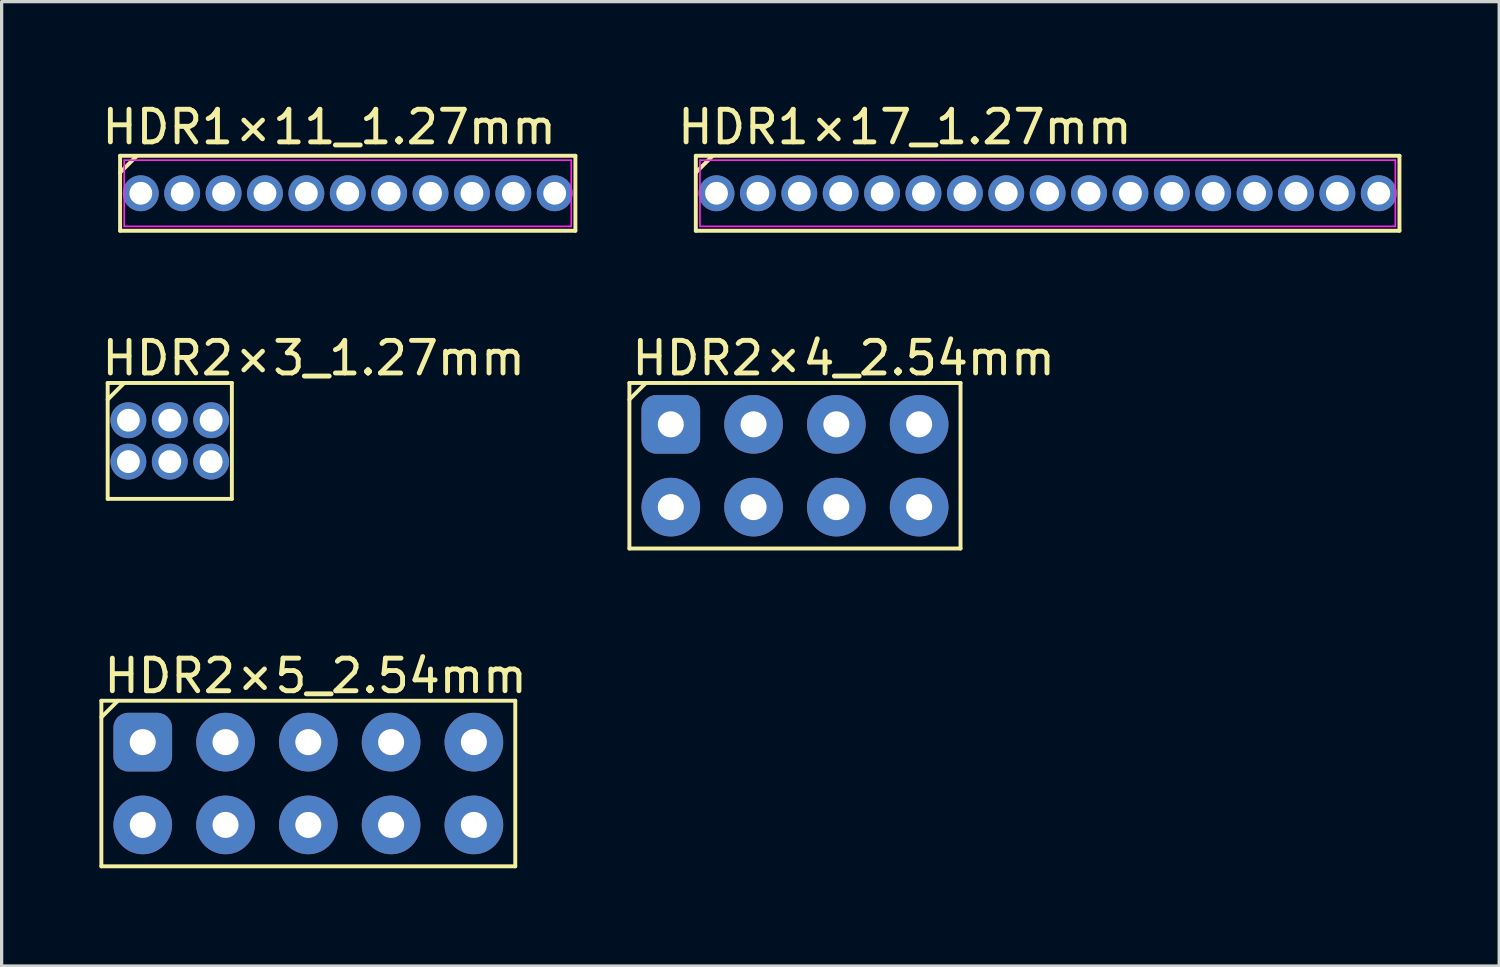
<source format=kicad_pcb>
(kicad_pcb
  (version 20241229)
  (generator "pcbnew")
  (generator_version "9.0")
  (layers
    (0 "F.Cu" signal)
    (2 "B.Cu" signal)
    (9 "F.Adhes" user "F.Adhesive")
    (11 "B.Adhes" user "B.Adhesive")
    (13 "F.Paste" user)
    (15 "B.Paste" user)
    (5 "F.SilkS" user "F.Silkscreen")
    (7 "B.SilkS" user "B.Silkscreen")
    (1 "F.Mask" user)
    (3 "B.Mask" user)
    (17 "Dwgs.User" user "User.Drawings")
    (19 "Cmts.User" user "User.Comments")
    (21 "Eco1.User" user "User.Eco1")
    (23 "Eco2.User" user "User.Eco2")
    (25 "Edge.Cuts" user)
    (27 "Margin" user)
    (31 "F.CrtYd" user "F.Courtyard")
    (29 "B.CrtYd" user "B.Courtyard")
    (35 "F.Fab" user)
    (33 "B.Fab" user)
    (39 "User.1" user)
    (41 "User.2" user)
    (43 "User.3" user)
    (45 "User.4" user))
  (footprint "HDR2×4_2.54mm"
    (layer "F.Cu")
    (at 17.532 9.97)
    (property "Reference" "HDR2×4_2.54mm" (at -1.27 -2.032 0) (layer "F.SilkS") (effects (font (size 1 1) (thickness 0.15)) (justify left)))
    (attr through_hole)
    (fp_line (start -1.27 -1.27) (end -1.27 3.81) (stroke (width 0.12) (type solid)) (layer "F.SilkS"))
    (fp_line (start -1.27 -1.27) (end 8.89 -1.27) (stroke (width 0.12) (type solid)) (layer "F.SilkS"))
    (fp_line (start -1.27 -0.762) (end -0.762 -1.27) (stroke (width 0.12) (type solid)) (layer "F.SilkS"))
    (fp_line (start -1.27 3.81) (end 8.89 3.81) (stroke (width 0.12) (type solid)) (layer "F.SilkS"))
    (fp_line (start 8.89 -1.27) (end 8.89 3.81) (stroke (width 0.12) (type solid)) (layer "F.SilkS"))
    (pad "1" thru_hole roundrect (at 0 0) (size 1.8 1.8) (drill 0.8) (layers "*.Cu" "*.Mask") (roundrect_rratio 0.25))
    (pad "2" thru_hole circle (at 0 2.54) (size 1.8 1.8) (drill 0.8) (layers "*.Cu" "*.Mask"))
    (pad "3" thru_hole circle (at 2.54 0) (size 1.8 1.8) (drill 0.8) (layers "*.Cu" "*.Mask"))
    (pad "4" thru_hole circle (at 2.54 2.54) (size 1.8 1.8) (drill 0.8) (layers "*.Cu" "*.Mask"))
    (pad "5" thru_hole circle (at 5.08 0) (size 1.8 1.8) (drill 0.8) (layers "*.Cu" "*.Mask"))
    (pad "6" thru_hole circle (at 5.08 2.54) (size 1.8 1.8) (drill 0.8) (layers "*.Cu" "*.Mask"))
    (pad "7" thru_hole circle (at 7.62 0) (size 1.8 1.8) (drill 0.8) (layers "*.Cu" "*.Mask"))
    (pad "8" thru_hole circle (at 7.62 2.54) (size 1.8 1.8) (drill 0.8) (layers "*.Cu" "*.Mask")))
  (footprint "HDR1×17_1.27mm"
    (layer "F.Cu")
    (at 18.935 2.88)
    (property "Reference" "HDR1×17_1.27mm" (at -1.27 -2.032 0) (layer "F.SilkS") (effects (font (size 1 1) (thickness 0.15)) (justify left)))
    (attr through_hole)
    (fp_line (start -0.635 -1.15) (end -0.635 1.15) (stroke (width 0.12) (type solid)) (layer "F.SilkS"))
    (fp_line (start -0.635 -1.15) (end 20.955 -1.15) (stroke (width 0.12) (type solid)) (layer "F.SilkS"))
    (fp_line (start -0.635 -0.635) (end -0.127 -1.143) (stroke (width 0.12) (type solid)) (layer "F.SilkS"))
    (fp_line (start -0.635 1.15) (end 20.955 1.15) (stroke (width 0.12) (type solid)) (layer "F.SilkS"))
    (fp_line (start 20.955 -1.15) (end 20.955 1.15) (stroke (width 0.12) (type solid)) (layer "F.SilkS"))
    (fp_line (start -0.508 -1.016) (end 20.828 -1.016) (stroke (width 0.05) (type default)) (layer "F.CrtYd"))
    (fp_line (start -0.508 1.016) (end -0.508 -1.016) (stroke (width 0.05) (type default)) (layer "F.CrtYd"))
    (fp_line (start 20.828 -1.016) (end 20.828 1.016) (stroke (width 0.05) (type default)) (layer "F.CrtYd"))
    (fp_line (start 20.828 1.016) (end -0.508 1.016) (stroke (width 0.05) (type default)) (layer "F.CrtYd"))
    (pad "1" thru_hole circle (at 0 0) (size 1.1 1.1) (drill 0.7) (layers "*.Cu" "*.Mask"))
    (pad "2" thru_hole circle (at 1.27 0) (size 1.1 1.1) (drill 0.7) (layers "*.Cu" "*.Mask"))
    (pad "3" thru_hole circle (at 2.54 0) (size 1.1 1.1) (drill 0.7) (layers "*.Cu" "*.Mask"))
    (pad "4" thru_hole circle (at 3.81 0) (size 1.1 1.1) (drill 0.7) (layers "*.Cu" "*.Mask"))
    (pad "5" thru_hole circle (at 5.08 0) (size 1.1 1.1) (drill 0.7) (layers "*.Cu" "*.Mask"))
    (pad "6" thru_hole circle (at 6.35 0) (size 1.1 1.1) (drill 0.7) (layers "*.Cu" "*.Mask"))
    (pad "7" thru_hole circle (at 7.62 0) (size 1.1 1.1) (drill 0.7) (layers "*.Cu" "*.Mask"))
    (pad "8" thru_hole circle (at 8.89 0) (size 1.1 1.1) (drill 0.7) (layers "*.Cu" "*.Mask"))
    (pad "9" thru_hole circle (at 10.16 0) (size 1.1 1.1) (drill 0.7) (layers "*.Cu" "*.Mask"))
    (pad "10" thru_hole circle (at 11.43 0) (size 1.1 1.1) (drill 0.7) (layers "*.Cu" "*.Mask"))
    (pad "11" thru_hole circle (at 12.7 0) (size 1.1 1.1) (drill 0.7) (layers "*.Cu" "*.Mask"))
    (pad "12" thru_hole circle (at 13.97 0) (size 1.1 1.1) (drill 0.7) (layers "*.Cu" "*.Mask"))
    (pad "13" thru_hole circle (at 15.24 0) (size 1.1 1.1) (drill 0.7) (layers "*.Cu" "*.Mask"))
    (pad "14" thru_hole circle (at 16.51 0) (size 1.1 1.1) (drill 0.7) (layers "*.Cu" "*.Mask"))
    (pad "15" thru_hole circle (at 17.78 0) (size 1.1 1.1) (drill 0.7) (layers "*.Cu" "*.Mask"))
    (pad "16" thru_hole circle (at 19.05 0) (size 1.1 1.1) (drill 0.7) (layers "*.Cu" "*.Mask"))
    (pad "17" thru_hole circle (at 20.32 0) (size 1.1 1.1) (drill 0.7) (layers "*.Cu" "*.Mask")))
  (footprint "HDR1×11_1.27mm"
    (layer "F.Cu")
    (at 1.27 2.88)
    (property "Reference" "HDR1×11_1.27mm" (at -1.27 -2.032 0) (layer "F.SilkS") (effects (font (size 1 1) (thickness 0.15)) (justify left)))
    (attr through_hole)
    (fp_line (start -0.635 -1.15) (end -0.635 1.15) (stroke (width 0.12) (type solid)) (layer "F.SilkS"))
    (fp_line (start -0.635 -1.15) (end 13.335 -1.15) (stroke (width 0.12) (type solid)) (layer "F.SilkS"))
    (fp_line (start -0.635 -0.635) (end -0.127 -1.143) (stroke (width 0.12) (type solid)) (layer "F.SilkS"))
    (fp_line (start -0.635 1.15) (end 13.335 1.15) (stroke (width 0.12) (type solid)) (layer "F.SilkS"))
    (fp_line (start 13.335 -1.15) (end 13.335 1.15) (stroke (width 0.12) (type solid)) (layer "F.SilkS"))
    (fp_line (start -0.508 -1.016) (end 13.208 -1.016) (stroke (width 0.05) (type default)) (layer "F.CrtYd"))
    (fp_line (start -0.508 1.016) (end -0.508 -1.016) (stroke (width 0.05) (type default)) (layer "F.CrtYd"))
    (fp_line (start 13.208 -1.016) (end 13.208 1.016) (stroke (width 0.05) (type default)) (layer "F.CrtYd"))
    (fp_line (start 13.208 1.016) (end -0.508 1.016) (stroke (width 0.05) (type default)) (layer "F.CrtYd"))
    (pad "1" thru_hole circle (at 0 0) (size 1.1 1.1) (drill 0.7) (layers "*.Cu" "*.Mask"))
    (pad "2" thru_hole circle (at 1.27 0) (size 1.1 1.1) (drill 0.7) (layers "*.Cu" "*.Mask"))
    (pad "3" thru_hole circle (at 2.54 0) (size 1.1 1.1) (drill 0.7) (layers "*.Cu" "*.Mask"))
    (pad "4" thru_hole circle (at 3.81 0) (size 1.1 1.1) (drill 0.7) (layers "*.Cu" "*.Mask"))
    (pad "5" thru_hole circle (at 5.08 0) (size 1.1 1.1) (drill 0.7) (layers "*.Cu" "*.Mask"))
    (pad "6" thru_hole circle (at 6.35 0) (size 1.1 1.1) (drill 0.7) (layers "*.Cu" "*.Mask"))
    (pad "7" thru_hole circle (at 7.62 0) (size 1.1 1.1) (drill 0.7) (layers "*.Cu" "*.Mask"))
    (pad "8" thru_hole circle (at 8.89 0) (size 1.1 1.1) (drill 0.7) (layers "*.Cu" "*.Mask"))
    (pad "9" thru_hole circle (at 10.16 0) (size 1.1 1.1) (drill 0.7) (layers "*.Cu" "*.Mask"))
    (pad "10" thru_hole circle (at 11.43 0) (size 1.1 1.1) (drill 0.7) (layers "*.Cu" "*.Mask"))
    (pad "10" thru_hole circle (at 12.7 0) (size 1.1 1.1) (drill 0.7) (layers "*.Cu" "*.Mask")))
  (footprint "HDR2×3_1.27mm"
    (layer "F.Cu")
    (at 0.889 10.479)
    (property "Reference" "HDR2×3_1.27mm" (at -0.889 -2.54 0) (layer "F.SilkS") (effects (font (size 1 1) (thickness 0.15)) (justify left)))
    (attr through_hole)
    (fp_line (start -0.635 -1.778) (end -0.635 1.778) (stroke (width 0.12) (type solid)) (layer "F.SilkS"))
    (fp_line (start -0.635 -1.778) (end 3.175 -1.778) (stroke (width 0.12) (type solid)) (layer "F.SilkS"))
    (fp_line (start -0.635 -1.27) (end -0.127 -1.778) (stroke (width 0.12) (type solid)) (layer "F.SilkS"))
    (fp_line (start -0.635 1.778) (end 3.175 1.778) (stroke (width 0.12) (type solid)) (layer "F.SilkS"))
    (fp_line (start 3.175 -1.778) (end 3.175 1.778) (stroke (width 0.12) (type solid)) (layer "F.SilkS"))
    (pad "1" thru_hole circle (at 0 -0.635) (size 1.1 1.1) (drill 0.7) (layers "*.Cu" "*.Mask"))
    (pad "2" thru_hole circle (at 0 0.635) (size 1.1 1.1) (drill 0.7) (layers "*.Cu" "*.Mask"))
    (pad "3" thru_hole circle (at 1.27 -0.635) (size 1.1 1.1) (drill 0.7) (layers "*.Cu" "*.Mask"))
    (pad "4" thru_hole circle (at 1.27 0.635) (size 1.1 1.1) (drill 0.7) (layers "*.Cu" "*.Mask"))
    (pad "5" thru_hole circle (at 2.54 -0.635) (size 1.1 1.1) (drill 0.7) (layers "*.Cu" "*.Mask"))
    (pad "6" thru_hole circle (at 2.54 0.635) (size 1.1 1.1) (drill 0.7) (layers "*.Cu" "*.Mask")))
  (footprint "HDR2×5_2.54mm"
    (layer "F.Cu")
    (at 1.33 19.721)
    (property "Reference" "HDR2×5_2.54mm" (at -1.27 -2.032 0) (layer "F.SilkS") (effects (font (size 1 1) (thickness 0.15)) (justify left)))
    (attr through_hole)
    (fp_line (start -1.27 -1.27) (end -1.27 3.81) (stroke (width 0.12) (type solid)) (layer "F.SilkS"))
    (fp_line (start -1.27 -1.27) (end 11.43 -1.27) (stroke (width 0.12) (type solid)) (layer "F.SilkS"))
    (fp_line (start -1.27 -0.762) (end -0.762 -1.27) (stroke (width 0.12) (type solid)) (layer "F.SilkS"))
    (fp_line (start -1.27 3.81) (end 11.43 3.81) (stroke (width 0.12) (type solid)) (layer "F.SilkS"))
    (fp_line (start 11.43 -1.27) (end 11.43 3.81) (stroke (width 0.12) (type solid)) (layer "F.SilkS"))
    (pad "1" thru_hole roundrect (at 0 0) (size 1.8 1.8) (drill 0.8) (layers "*.Cu" "*.Mask") (roundrect_rratio 0.25))
    (pad "2" thru_hole circle (at 0 2.54) (size 1.8 1.8) (drill 0.8) (layers "*.Cu" "*.Mask"))
    (pad "3" thru_hole circle (at 2.54 0) (size 1.8 1.8) (drill 0.8) (layers "*.Cu" "*.Mask"))
    (pad "4" thru_hole circle (at 2.54 2.54) (size 1.8 1.8) (drill 0.8) (layers "*.Cu" "*.Mask"))
    (pad "5" thru_hole circle (at 5.08 0) (size 1.8 1.8) (drill 0.8) (layers "*.Cu" "*.Mask"))
    (pad "6" thru_hole circle (at 5.08 2.54) (size 1.8 1.8) (drill 0.8) (layers "*.Cu" "*.Mask"))
    (pad "7" thru_hole circle (at 7.62 0) (size 1.8 1.8) (drill 0.8) (layers "*.Cu" "*.Mask"))
    (pad "8" thru_hole circle (at 7.62 2.54) (size 1.8 1.8) (drill 0.8) (layers "*.Cu" "*.Mask"))
    (pad "9" thru_hole circle (at 10.16 0) (size 1.8 1.8) (drill 0.8) (layers "*.Cu" "*.Mask"))
    (pad "10" thru_hole circle (at 10.16 2.54) (size 1.8 1.8) (drill 0.8) (layers "*.Cu" "*.Mask")))
  (gr_rect
    (start -3 -3)
    (end 42.95 26.591)
    (stroke (width 0.1) (type default))
    (fill no)
    (layer "Edge.Cuts")))
</source>
